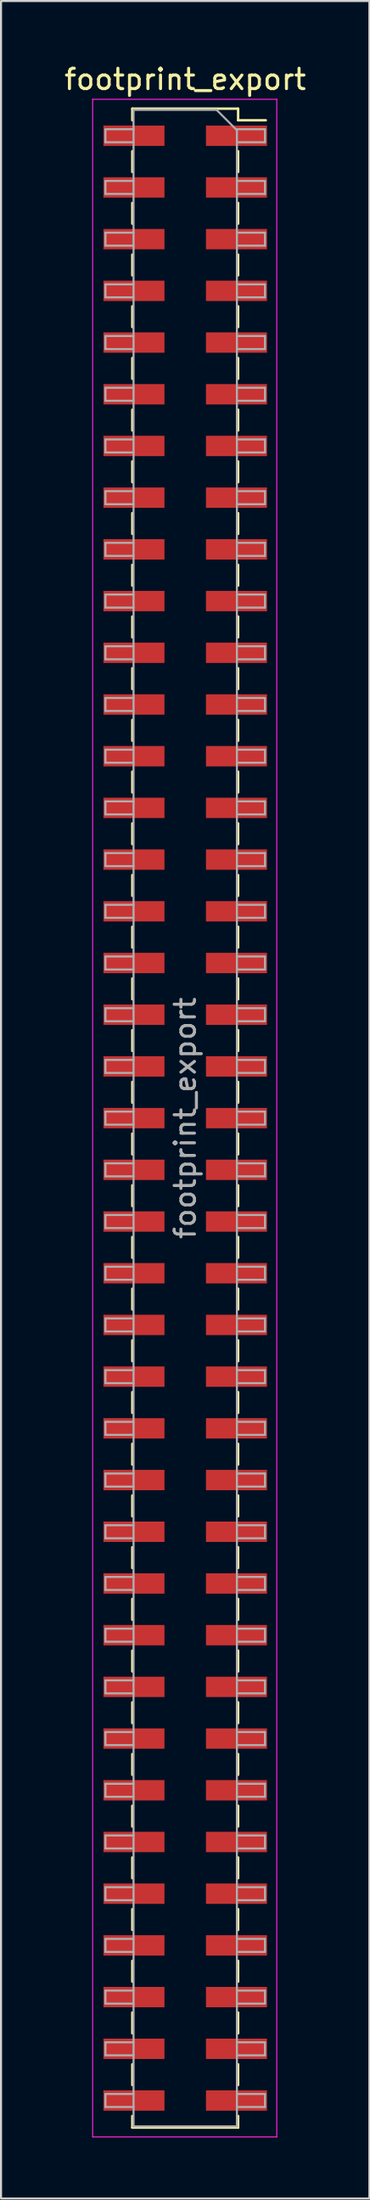
<source format=kicad_pcb>
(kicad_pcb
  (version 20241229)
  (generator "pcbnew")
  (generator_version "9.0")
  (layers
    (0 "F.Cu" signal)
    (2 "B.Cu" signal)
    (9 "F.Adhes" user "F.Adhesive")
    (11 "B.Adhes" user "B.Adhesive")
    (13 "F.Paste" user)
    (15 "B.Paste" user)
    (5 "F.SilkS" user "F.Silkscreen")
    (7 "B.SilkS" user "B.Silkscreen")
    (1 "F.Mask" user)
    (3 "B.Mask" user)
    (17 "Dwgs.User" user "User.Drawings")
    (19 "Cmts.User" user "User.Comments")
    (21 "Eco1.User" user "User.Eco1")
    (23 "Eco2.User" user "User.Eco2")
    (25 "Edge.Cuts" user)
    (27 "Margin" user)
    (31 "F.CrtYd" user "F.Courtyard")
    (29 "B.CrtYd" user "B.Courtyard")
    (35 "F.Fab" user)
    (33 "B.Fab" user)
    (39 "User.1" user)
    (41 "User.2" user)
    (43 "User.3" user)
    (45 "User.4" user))
  (footprint "footprint_export"
    (layer "F.Cu")
    (at 6.054 51.878)
    (property "Reference" "footprint_export" (at 0 -51.03 0) (layer "F.SilkS") (effects (font (size 1 1) (thickness 0.15))))
    (attr smd)
    (fp_line (start -2.6 -49.59) (end -2.6 -49.02) (stroke (width 0.12) (type solid)) (layer "F.SilkS"))
    (fp_line (start -2.6 -49.59) (end 2.6 -49.59) (stroke (width 0.12) (type solid)) (layer "F.SilkS"))
    (fp_line (start -2.6 -47.5) (end -2.6 -46.48) (stroke (width 0.12) (type solid)) (layer "F.SilkS"))
    (fp_line (start -2.6 -44.96) (end -2.6 -43.94) (stroke (width 0.12) (type solid)) (layer "F.SilkS"))
    (fp_line (start -2.6 -42.42) (end -2.6 -41.4) (stroke (width 0.12) (type solid)) (layer "F.SilkS"))
    (fp_line (start -2.6 -39.88) (end -2.6 -38.86) (stroke (width 0.12) (type solid)) (layer "F.SilkS"))
    (fp_line (start -2.6 -37.34) (end -2.6 -36.32) (stroke (width 0.12) (type solid)) (layer "F.SilkS"))
    (fp_line (start -2.6 -34.8) (end -2.6 -33.78) (stroke (width 0.12) (type solid)) (layer "F.SilkS"))
    (fp_line (start -2.6 -32.26) (end -2.6 -31.24) (stroke (width 0.12) (type solid)) (layer "F.SilkS"))
    (fp_line (start -2.6 -29.72) (end -2.6 -28.7) (stroke (width 0.12) (type solid)) (layer "F.SilkS"))
    (fp_line (start -2.6 -27.18) (end -2.6 -26.16) (stroke (width 0.12) (type solid)) (layer "F.SilkS"))
    (fp_line (start -2.6 -24.64) (end -2.6 -23.62) (stroke (width 0.12) (type solid)) (layer "F.SilkS"))
    (fp_line (start -2.6 -22.1) (end -2.6 -21.08) (stroke (width 0.12) (type solid)) (layer "F.SilkS"))
    (fp_line (start -2.6 -19.56) (end -2.6 -18.54) (stroke (width 0.12) (type solid)) (layer "F.SilkS"))
    (fp_line (start -2.6 -17.02) (end -2.6 -16) (stroke (width 0.12) (type solid)) (layer "F.SilkS"))
    (fp_line (start -2.6 -14.48) (end -2.6 -13.46) (stroke (width 0.12) (type solid)) (layer "F.SilkS"))
    (fp_line (start -2.6 -11.94) (end -2.6 -10.92) (stroke (width 0.12) (type solid)) (layer "F.SilkS"))
    (fp_line (start -2.6 -9.4) (end -2.6 -8.38) (stroke (width 0.12) (type solid)) (layer "F.SilkS"))
    (fp_line (start -2.6 -6.86) (end -2.6 -5.84) (stroke (width 0.12) (type solid)) (layer "F.SilkS"))
    (fp_line (start -2.6 -4.32) (end -2.6 -3.3) (stroke (width 0.12) (type solid)) (layer "F.SilkS"))
    (fp_line (start -2.6 -1.78) (end -2.6 -0.76) (stroke (width 0.12) (type solid)) (layer "F.SilkS"))
    (fp_line (start -2.6 0.76) (end -2.6 1.78) (stroke (width 0.12) (type solid)) (layer "F.SilkS"))
    (fp_line (start -2.6 3.3) (end -2.6 4.32) (stroke (width 0.12) (type solid)) (layer "F.SilkS"))
    (fp_line (start -2.6 5.84) (end -2.6 6.86) (stroke (width 0.12) (type solid)) (layer "F.SilkS"))
    (fp_line (start -2.6 8.38) (end -2.6 9.4) (stroke (width 0.12) (type solid)) (layer "F.SilkS"))
    (fp_line (start -2.6 10.92) (end -2.6 11.94) (stroke (width 0.12) (type solid)) (layer "F.SilkS"))
    (fp_line (start -2.6 13.46) (end -2.6 14.48) (stroke (width 0.12) (type solid)) (layer "F.SilkS"))
    (fp_line (start -2.6 16) (end -2.6 17.02) (stroke (width 0.12) (type solid)) (layer "F.SilkS"))
    (fp_line (start -2.6 18.54) (end -2.6 19.56) (stroke (width 0.12) (type solid)) (layer "F.SilkS"))
    (fp_line (start -2.6 21.08) (end -2.6 22.1) (stroke (width 0.12) (type solid)) (layer "F.SilkS"))
    (fp_line (start -2.6 23.62) (end -2.6 24.64) (stroke (width 0.12) (type solid)) (layer "F.SilkS"))
    (fp_line (start -2.6 26.16) (end -2.6 27.18) (stroke (width 0.12) (type solid)) (layer "F.SilkS"))
    (fp_line (start -2.6 28.7) (end -2.6 29.72) (stroke (width 0.12) (type solid)) (layer "F.SilkS"))
    (fp_line (start -2.6 31.24) (end -2.6 32.26) (stroke (width 0.12) (type solid)) (layer "F.SilkS"))
    (fp_line (start -2.6 33.78) (end -2.6 34.8) (stroke (width 0.12) (type solid)) (layer "F.SilkS"))
    (fp_line (start -2.6 36.32) (end -2.6 37.34) (stroke (width 0.12) (type solid)) (layer "F.SilkS"))
    (fp_line (start -2.6 38.86) (end -2.6 39.88) (stroke (width 0.12) (type solid)) (layer "F.SilkS"))
    (fp_line (start -2.6 41.4) (end -2.6 42.42) (stroke (width 0.12) (type solid)) (layer "F.SilkS"))
    (fp_line (start -2.6 43.94) (end -2.6 44.96) (stroke (width 0.12) (type solid)) (layer "F.SilkS"))
    (fp_line (start -2.6 46.48) (end -2.6 47.5) (stroke (width 0.12) (type solid)) (layer "F.SilkS"))
    (fp_line (start -2.6 49.02) (end -2.6 49.59) (stroke (width 0.12) (type solid)) (layer "F.SilkS"))
    (fp_line (start -2.6 49.59) (end 2.6 49.59) (stroke (width 0.12) (type solid)) (layer "F.SilkS"))
    (fp_line (start 2.6 -49.59) (end 2.6 -49.02) (stroke (width 0.12) (type solid)) (layer "F.SilkS"))
    (fp_line (start 2.6 -49.02) (end 3.96 -49.02) (stroke (width 0.12) (type solid)) (layer "F.SilkS"))
    (fp_line (start 2.6 -47.5) (end 2.6 -46.48) (stroke (width 0.12) (type solid)) (layer "F.SilkS"))
    (fp_line (start 2.6 -44.96) (end 2.6 -43.94) (stroke (width 0.12) (type solid)) (layer "F.SilkS"))
    (fp_line (start 2.6 -42.42) (end 2.6 -41.4) (stroke (width 0.12) (type solid)) (layer "F.SilkS"))
    (fp_line (start 2.6 -39.88) (end 2.6 -38.86) (stroke (width 0.12) (type solid)) (layer "F.SilkS"))
    (fp_line (start 2.6 -37.34) (end 2.6 -36.32) (stroke (width 0.12) (type solid)) (layer "F.SilkS"))
    (fp_line (start 2.6 -34.8) (end 2.6 -33.78) (stroke (width 0.12) (type solid)) (layer "F.SilkS"))
    (fp_line (start 2.6 -32.26) (end 2.6 -31.24) (stroke (width 0.12) (type solid)) (layer "F.SilkS"))
    (fp_line (start 2.6 -29.72) (end 2.6 -28.7) (stroke (width 0.12) (type solid)) (layer "F.SilkS"))
    (fp_line (start 2.6 -27.18) (end 2.6 -26.16) (stroke (width 0.12) (type solid)) (layer "F.SilkS"))
    (fp_line (start 2.6 -24.64) (end 2.6 -23.62) (stroke (width 0.12) (type solid)) (layer "F.SilkS"))
    (fp_line (start 2.6 -22.1) (end 2.6 -21.08) (stroke (width 0.12) (type solid)) (layer "F.SilkS"))
    (fp_line (start 2.6 -19.56) (end 2.6 -18.54) (stroke (width 0.12) (type solid)) (layer "F.SilkS"))
    (fp_line (start 2.6 -17.02) (end 2.6 -16) (stroke (width 0.12) (type solid)) (layer "F.SilkS"))
    (fp_line (start 2.6 -14.48) (end 2.6 -13.46) (stroke (width 0.12) (type solid)) (layer "F.SilkS"))
    (fp_line (start 2.6 -11.94) (end 2.6 -10.92) (stroke (width 0.12) (type solid)) (layer "F.SilkS"))
    (fp_line (start 2.6 -9.4) (end 2.6 -8.38) (stroke (width 0.12) (type solid)) (layer "F.SilkS"))
    (fp_line (start 2.6 -6.86) (end 2.6 -5.84) (stroke (width 0.12) (type solid)) (layer "F.SilkS"))
    (fp_line (start 2.6 -4.32) (end 2.6 -3.3) (stroke (width 0.12) (type solid)) (layer "F.SilkS"))
    (fp_line (start 2.6 -1.78) (end 2.6 -0.76) (stroke (width 0.12) (type solid)) (layer "F.SilkS"))
    (fp_line (start 2.6 0.76) (end 2.6 1.78) (stroke (width 0.12) (type solid)) (layer "F.SilkS"))
    (fp_line (start 2.6 3.3) (end 2.6 4.32) (stroke (width 0.12) (type solid)) (layer "F.SilkS"))
    (fp_line (start 2.6 5.84) (end 2.6 6.86) (stroke (width 0.12) (type solid)) (layer "F.SilkS"))
    (fp_line (start 2.6 8.38) (end 2.6 9.4) (stroke (width 0.12) (type solid)) (layer "F.SilkS"))
    (fp_line (start 2.6 10.92) (end 2.6 11.94) (stroke (width 0.12) (type solid)) (layer "F.SilkS"))
    (fp_line (start 2.6 13.46) (end 2.6 14.48) (stroke (width 0.12) (type solid)) (layer "F.SilkS"))
    (fp_line (start 2.6 16) (end 2.6 17.02) (stroke (width 0.12) (type solid)) (layer "F.SilkS"))
    (fp_line (start 2.6 18.54) (end 2.6 19.56) (stroke (width 0.12) (type solid)) (layer "F.SilkS"))
    (fp_line (start 2.6 21.08) (end 2.6 22.1) (stroke (width 0.12) (type solid)) (layer "F.SilkS"))
    (fp_line (start 2.6 23.62) (end 2.6 24.64) (stroke (width 0.12) (type solid)) (layer "F.SilkS"))
    (fp_line (start 2.6 26.16) (end 2.6 27.18) (stroke (width 0.12) (type solid)) (layer "F.SilkS"))
    (fp_line (start 2.6 28.7) (end 2.6 29.72) (stroke (width 0.12) (type solid)) (layer "F.SilkS"))
    (fp_line (start 2.6 31.24) (end 2.6 32.26) (stroke (width 0.12) (type solid)) (layer "F.SilkS"))
    (fp_line (start 2.6 33.78) (end 2.6 34.8) (stroke (width 0.12) (type solid)) (layer "F.SilkS"))
    (fp_line (start 2.6 36.32) (end 2.6 37.34) (stroke (width 0.12) (type solid)) (layer "F.SilkS"))
    (fp_line (start 2.6 38.86) (end 2.6 39.88) (stroke (width 0.12) (type solid)) (layer "F.SilkS"))
    (fp_line (start 2.6 41.4) (end 2.6 42.42) (stroke (width 0.12) (type solid)) (layer "F.SilkS"))
    (fp_line (start 2.6 43.94) (end 2.6 44.96) (stroke (width 0.12) (type solid)) (layer "F.SilkS"))
    (fp_line (start 2.6 46.48) (end 2.6 47.5) (stroke (width 0.12) (type solid)) (layer "F.SilkS"))
    (fp_line (start 2.6 49.02) (end 2.6 49.59) (stroke (width 0.12) (type solid)) (layer "F.SilkS"))
    (fp_line (start -4.55 -50.05) (end 4.5 -50.05) (stroke (width 0.05) (type solid)) (layer "F.CrtYd"))
    (fp_line (start -4.55 50.05) (end -4.55 -50.05) (stroke (width 0.05) (type solid)) (layer "F.CrtYd"))
    (fp_line (start 4.5 -50.05) (end 4.5 50.05) (stroke (width 0.05) (type solid)) (layer "F.CrtYd"))
    (fp_line (start 4.5 50.05) (end -4.55 50.05) (stroke (width 0.05) (type solid)) (layer "F.CrtYd"))
    (fp_line (start -3.92 -48.58) (end -2.54 -48.58) (stroke (width 0.1) (type solid)) (layer "F.Fab"))
    (fp_line (start -3.92 -47.94) (end -3.92 -48.58) (stroke (width 0.1) (type solid)) (layer "F.Fab"))
    (fp_line (start -3.92 -46.04) (end -2.54 -46.04) (stroke (width 0.1) (type solid)) (layer "F.Fab"))
    (fp_line (start -3.92 -45.4) (end -3.92 -46.04) (stroke (width 0.1) (type solid)) (layer "F.Fab"))
    (fp_line (start -3.92 -43.5) (end -2.54 -43.5) (stroke (width 0.1) (type solid)) (layer "F.Fab"))
    (fp_line (start -3.92 -42.86) (end -3.92 -43.5) (stroke (width 0.1) (type solid)) (layer "F.Fab"))
    (fp_line (start -3.92 -40.96) (end -2.54 -40.96) (stroke (width 0.1) (type solid)) (layer "F.Fab"))
    (fp_line (start -3.92 -40.32) (end -3.92 -40.96) (stroke (width 0.1) (type solid)) (layer "F.Fab"))
    (fp_line (start -3.92 -38.42) (end -2.54 -38.42) (stroke (width 0.1) (type solid)) (layer "F.Fab"))
    (fp_line (start -3.92 -37.78) (end -3.92 -38.42) (stroke (width 0.1) (type solid)) (layer "F.Fab"))
    (fp_line (start -3.92 -35.88) (end -2.54 -35.88) (stroke (width 0.1) (type solid)) (layer "F.Fab"))
    (fp_line (start -3.92 -35.24) (end -3.92 -35.88) (stroke (width 0.1) (type solid)) (layer "F.Fab"))
    (fp_line (start -3.92 -33.34) (end -2.54 -33.34) (stroke (width 0.1) (type solid)) (layer "F.Fab"))
    (fp_line (start -3.92 -32.7) (end -3.92 -33.34) (stroke (width 0.1) (type solid)) (layer "F.Fab"))
    (fp_line (start -3.92 -30.8) (end -2.54 -30.8) (stroke (width 0.1) (type solid)) (layer "F.Fab"))
    (fp_line (start -3.92 -30.16) (end -3.92 -30.8) (stroke (width 0.1) (type solid)) (layer "F.Fab"))
    (fp_line (start -3.92 -28.26) (end -2.54 -28.26) (stroke (width 0.1) (type solid)) (layer "F.Fab"))
    (fp_line (start -3.92 -27.62) (end -3.92 -28.26) (stroke (width 0.1) (type solid)) (layer "F.Fab"))
    (fp_line (start -3.92 -25.72) (end -2.54 -25.72) (stroke (width 0.1) (type solid)) (layer "F.Fab"))
    (fp_line (start -3.92 -25.08) (end -3.92 -25.72) (stroke (width 0.1) (type solid)) (layer "F.Fab"))
    (fp_line (start -3.92 -23.18) (end -2.54 -23.18) (stroke (width 0.1) (type solid)) (layer "F.Fab"))
    (fp_line (start -3.92 -22.54) (end -3.92 -23.18) (stroke (width 0.1) (type solid)) (layer "F.Fab"))
    (fp_line (start -3.92 -20.64) (end -2.54 -20.64) (stroke (width 0.1) (type solid)) (layer "F.Fab"))
    (fp_line (start -3.92 -20) (end -3.92 -20.64) (stroke (width 0.1) (type solid)) (layer "F.Fab"))
    (fp_line (start -3.92 -18.1) (end -2.54 -18.1) (stroke (width 0.1) (type solid)) (layer "F.Fab"))
    (fp_line (start -3.92 -17.46) (end -3.92 -18.1) (stroke (width 0.1) (type solid)) (layer "F.Fab"))
    (fp_line (start -3.92 -15.56) (end -2.54 -15.56) (stroke (width 0.1) (type solid)) (layer "F.Fab"))
    (fp_line (start -3.92 -14.92) (end -3.92 -15.56) (stroke (width 0.1) (type solid)) (layer "F.Fab"))
    (fp_line (start -3.92 -13.02) (end -2.54 -13.02) (stroke (width 0.1) (type solid)) (layer "F.Fab"))
    (fp_line (start -3.92 -12.38) (end -3.92 -13.02) (stroke (width 0.1) (type solid)) (layer "F.Fab"))
    (fp_line (start -3.92 -10.48) (end -2.54 -10.48) (stroke (width 0.1) (type solid)) (layer "F.Fab"))
    (fp_line (start -3.92 -9.84) (end -3.92 -10.48) (stroke (width 0.1) (type solid)) (layer "F.Fab"))
    (fp_line (start -3.92 -7.94) (end -2.54 -7.94) (stroke (width 0.1) (type solid)) (layer "F.Fab"))
    (fp_line (start -3.92 -7.3) (end -3.92 -7.94) (stroke (width 0.1) (type solid)) (layer "F.Fab"))
    (fp_line (start -3.92 -5.4) (end -2.54 -5.4) (stroke (width 0.1) (type solid)) (layer "F.Fab"))
    (fp_line (start -3.92 -4.76) (end -3.92 -5.4) (stroke (width 0.1) (type solid)) (layer "F.Fab"))
    (fp_line (start -3.92 -2.86) (end -2.54 -2.86) (stroke (width 0.1) (type solid)) (layer "F.Fab"))
    (fp_line (start -3.92 -2.22) (end -3.92 -2.86) (stroke (width 0.1) (type solid)) (layer "F.Fab"))
    (fp_line (start -3.92 -0.32) (end -2.54 -0.32) (stroke (width 0.1) (type solid)) (layer "F.Fab"))
    (fp_line (start -3.92 0.32) (end -3.92 -0.32) (stroke (width 0.1) (type solid)) (layer "F.Fab"))
    (fp_line (start -3.92 2.22) (end -2.54 2.22) (stroke (width 0.1) (type solid)) (layer "F.Fab"))
    (fp_line (start -3.92 2.86) (end -3.92 2.22) (stroke (width 0.1) (type solid)) (layer "F.Fab"))
    (fp_line (start -3.92 4.76) (end -2.54 4.76) (stroke (width 0.1) (type solid)) (layer "F.Fab"))
    (fp_line (start -3.92 5.4) (end -3.92 4.76) (stroke (width 0.1) (type solid)) (layer "F.Fab"))
    (fp_line (start -3.92 7.3) (end -2.54 7.3) (stroke (width 0.1) (type solid)) (layer "F.Fab"))
    (fp_line (start -3.92 7.94) (end -3.92 7.3) (stroke (width 0.1) (type solid)) (layer "F.Fab"))
    (fp_line (start -3.92 9.84) (end -2.54 9.84) (stroke (width 0.1) (type solid)) (layer "F.Fab"))
    (fp_line (start -3.92 10.48) (end -3.92 9.84) (stroke (width 0.1) (type solid)) (layer "F.Fab"))
    (fp_line (start -3.92 12.38) (end -2.54 12.38) (stroke (width 0.1) (type solid)) (layer "F.Fab"))
    (fp_line (start -3.92 13.02) (end -3.92 12.38) (stroke (width 0.1) (type solid)) (layer "F.Fab"))
    (fp_line (start -3.92 14.92) (end -2.54 14.92) (stroke (width 0.1) (type solid)) (layer "F.Fab"))
    (fp_line (start -3.92 15.56) (end -3.92 14.92) (stroke (width 0.1) (type solid)) (layer "F.Fab"))
    (fp_line (start -3.92 17.46) (end -2.54 17.46) (stroke (width 0.1) (type solid)) (layer "F.Fab"))
    (fp_line (start -3.92 18.1) (end -3.92 17.46) (stroke (width 0.1) (type solid)) (layer "F.Fab"))
    (fp_line (start -3.92 20) (end -2.54 20) (stroke (width 0.1) (type solid)) (layer "F.Fab"))
    (fp_line (start -3.92 20.64) (end -3.92 20) (stroke (width 0.1) (type solid)) (layer "F.Fab"))
    (fp_line (start -3.92 22.54) (end -2.54 22.54) (stroke (width 0.1) (type solid)) (layer "F.Fab"))
    (fp_line (start -3.92 23.18) (end -3.92 22.54) (stroke (width 0.1) (type solid)) (layer "F.Fab"))
    (fp_line (start -3.92 25.08) (end -2.54 25.08) (stroke (width 0.1) (type solid)) (layer "F.Fab"))
    (fp_line (start -3.92 25.72) (end -3.92 25.08) (stroke (width 0.1) (type solid)) (layer "F.Fab"))
    (fp_line (start -3.92 27.62) (end -2.54 27.62) (stroke (width 0.1) (type solid)) (layer "F.Fab"))
    (fp_line (start -3.92 28.26) (end -3.92 27.62) (stroke (width 0.1) (type solid)) (layer "F.Fab"))
    (fp_line (start -3.92 30.16) (end -2.54 30.16) (stroke (width 0.1) (type solid)) (layer "F.Fab"))
    (fp_line (start -3.92 30.8) (end -3.92 30.16) (stroke (width 0.1) (type solid)) (layer "F.Fab"))
    (fp_line (start -3.92 32.7) (end -2.54 32.7) (stroke (width 0.1) (type solid)) (layer "F.Fab"))
    (fp_line (start -3.92 33.34) (end -3.92 32.7) (stroke (width 0.1) (type solid)) (layer "F.Fab"))
    (fp_line (start -3.92 35.24) (end -2.54 35.24) (stroke (width 0.1) (type solid)) (layer "F.Fab"))
    (fp_line (start -3.92 35.88) (end -3.92 35.24) (stroke (width 0.1) (type solid)) (layer "F.Fab"))
    (fp_line (start -3.92 37.78) (end -2.54 37.78) (stroke (width 0.1) (type solid)) (layer "F.Fab"))
    (fp_line (start -3.92 38.42) (end -3.92 37.78) (stroke (width 0.1) (type solid)) (layer "F.Fab"))
    (fp_line (start -3.92 40.32) (end -2.54 40.32) (stroke (width 0.1) (type solid)) (layer "F.Fab"))
    (fp_line (start -3.92 40.96) (end -3.92 40.32) (stroke (width 0.1) (type solid)) (layer "F.Fab"))
    (fp_line (start -3.92 42.86) (end -2.54 42.86) (stroke (width 0.1) (type solid)) (layer "F.Fab"))
    (fp_line (start -3.92 43.5) (end -3.92 42.86) (stroke (width 0.1) (type solid)) (layer "F.Fab"))
    (fp_line (start -3.92 45.4) (end -2.54 45.4) (stroke (width 0.1) (type solid)) (layer "F.Fab"))
    (fp_line (start -3.92 46.04) (end -3.92 45.4) (stroke (width 0.1) (type solid)) (layer "F.Fab"))
    (fp_line (start -3.92 47.94) (end -2.54 47.94) (stroke (width 0.1) (type solid)) (layer "F.Fab"))
    (fp_line (start -3.92 48.58) (end -3.92 47.94) (stroke (width 0.1) (type solid)) (layer "F.Fab"))
    (fp_line (start -2.54 -49.53) (end 1.54 -49.53) (stroke (width 0.1) (type solid)) (layer "F.Fab"))
    (fp_line (start -2.54 -47.94) (end -3.92 -47.94) (stroke (width 0.1) (type solid)) (layer "F.Fab"))
    (fp_line (start -2.54 -45.4) (end -3.92 -45.4) (stroke (width 0.1) (type solid)) (layer "F.Fab"))
    (fp_line (start -2.54 -42.86) (end -3.92 -42.86) (stroke (width 0.1) (type solid)) (layer "F.Fab"))
    (fp_line (start -2.54 -40.32) (end -3.92 -40.32) (stroke (width 0.1) (type solid)) (layer "F.Fab"))
    (fp_line (start -2.54 -37.78) (end -3.92 -37.78) (stroke (width 0.1) (type solid)) (layer "F.Fab"))
    (fp_line (start -2.54 -35.24) (end -3.92 -35.24) (stroke (width 0.1) (type solid)) (layer "F.Fab"))
    (fp_line (start -2.54 -32.7) (end -3.92 -32.7) (stroke (width 0.1) (type solid)) (layer "F.Fab"))
    (fp_line (start -2.54 -30.16) (end -3.92 -30.16) (stroke (width 0.1) (type solid)) (layer "F.Fab"))
    (fp_line (start -2.54 -27.62) (end -3.92 -27.62) (stroke (width 0.1) (type solid)) (layer "F.Fab"))
    (fp_line (start -2.54 -25.08) (end -3.92 -25.08) (stroke (width 0.1) (type solid)) (layer "F.Fab"))
    (fp_line (start -2.54 -22.54) (end -3.92 -22.54) (stroke (width 0.1) (type solid)) (layer "F.Fab"))
    (fp_line (start -2.54 -20) (end -3.92 -20) (stroke (width 0.1) (type solid)) (layer "F.Fab"))
    (fp_line (start -2.54 -17.46) (end -3.92 -17.46) (stroke (width 0.1) (type solid)) (layer "F.Fab"))
    (fp_line (start -2.54 -14.92) (end -3.92 -14.92) (stroke (width 0.1) (type solid)) (layer "F.Fab"))
    (fp_line (start -2.54 -12.38) (end -3.92 -12.38) (stroke (width 0.1) (type solid)) (layer "F.Fab"))
    (fp_line (start -2.54 -9.84) (end -3.92 -9.84) (stroke (width 0.1) (type solid)) (layer "F.Fab"))
    (fp_line (start -2.54 -7.3) (end -3.92 -7.3) (stroke (width 0.1) (type solid)) (layer "F.Fab"))
    (fp_line (start -2.54 -4.76) (end -3.92 -4.76) (stroke (width 0.1) (type solid)) (layer "F.Fab"))
    (fp_line (start -2.54 -2.22) (end -3.92 -2.22) (stroke (width 0.1) (type solid)) (layer "F.Fab"))
    (fp_line (start -2.54 0.32) (end -3.92 0.32) (stroke (width 0.1) (type solid)) (layer "F.Fab"))
    (fp_line (start -2.54 2.86) (end -3.92 2.86) (stroke (width 0.1) (type solid)) (layer "F.Fab"))
    (fp_line (start -2.54 5.4) (end -3.92 5.4) (stroke (width 0.1) (type solid)) (layer "F.Fab"))
    (fp_line (start -2.54 7.94) (end -3.92 7.94) (stroke (width 0.1) (type solid)) (layer "F.Fab"))
    (fp_line (start -2.54 10.48) (end -3.92 10.48) (stroke (width 0.1) (type solid)) (layer "F.Fab"))
    (fp_line (start -2.54 13.02) (end -3.92 13.02) (stroke (width 0.1) (type solid)) (layer "F.Fab"))
    (fp_line (start -2.54 15.56) (end -3.92 15.56) (stroke (width 0.1) (type solid)) (layer "F.Fab"))
    (fp_line (start -2.54 18.1) (end -3.92 18.1) (stroke (width 0.1) (type solid)) (layer "F.Fab"))
    (fp_line (start -2.54 20.64) (end -3.92 20.64) (stroke (width 0.1) (type solid)) (layer "F.Fab"))
    (fp_line (start -2.54 23.18) (end -3.92 23.18) (stroke (width 0.1) (type solid)) (layer "F.Fab"))
    (fp_line (start -2.54 25.72) (end -3.92 25.72) (stroke (width 0.1) (type solid)) (layer "F.Fab"))
    (fp_line (start -2.54 28.26) (end -3.92 28.26) (stroke (width 0.1) (type solid)) (layer "F.Fab"))
    (fp_line (start -2.54 30.8) (end -3.92 30.8) (stroke (width 0.1) (type solid)) (layer "F.Fab"))
    (fp_line (start -2.54 33.34) (end -3.92 33.34) (stroke (width 0.1) (type solid)) (layer "F.Fab"))
    (fp_line (start -2.54 35.88) (end -3.92 35.88) (stroke (width 0.1) (type solid)) (layer "F.Fab"))
    (fp_line (start -2.54 38.42) (end -3.92 38.42) (stroke (width 0.1) (type solid)) (layer "F.Fab"))
    (fp_line (start -2.54 40.96) (end -3.92 40.96) (stroke (width 0.1) (type solid)) (layer "F.Fab"))
    (fp_line (start -2.54 43.5) (end -3.92 43.5) (stroke (width 0.1) (type solid)) (layer "F.Fab"))
    (fp_line (start -2.54 46.04) (end -3.92 46.04) (stroke (width 0.1) (type solid)) (layer "F.Fab"))
    (fp_line (start -2.54 48.58) (end -3.92 48.58) (stroke (width 0.1) (type solid)) (layer "F.Fab"))
    (fp_line (start -2.54 49.53) (end -2.54 -49.53) (stroke (width 0.1) (type solid)) (layer "F.Fab"))
    (fp_line (start 1.54 -49.53) (end 2.54 -48.53) (stroke (width 0.1) (type solid)) (layer "F.Fab"))
    (fp_line (start 2.54 -48.58) (end 3.92 -48.58) (stroke (width 0.1) (type solid)) (layer "F.Fab"))
    (fp_line (start 2.54 -48.53) (end 2.54 49.53) (stroke (width 0.1) (type solid)) (layer "F.Fab"))
    (fp_line (start 2.54 -46.04) (end 3.92 -46.04) (stroke (width 0.1) (type solid)) (layer "F.Fab"))
    (fp_line (start 2.54 -43.5) (end 3.92 -43.5) (stroke (width 0.1) (type solid)) (layer "F.Fab"))
    (fp_line (start 2.54 -40.96) (end 3.92 -40.96) (stroke (width 0.1) (type solid)) (layer "F.Fab"))
    (fp_line (start 2.54 -38.42) (end 3.92 -38.42) (stroke (width 0.1) (type solid)) (layer "F.Fab"))
    (fp_line (start 2.54 -35.88) (end 3.92 -35.88) (stroke (width 0.1) (type solid)) (layer "F.Fab"))
    (fp_line (start 2.54 -33.34) (end 3.92 -33.34) (stroke (width 0.1) (type solid)) (layer "F.Fab"))
    (fp_line (start 2.54 -30.8) (end 3.92 -30.8) (stroke (width 0.1) (type solid)) (layer "F.Fab"))
    (fp_line (start 2.54 -28.26) (end 3.92 -28.26) (stroke (width 0.1) (type solid)) (layer "F.Fab"))
    (fp_line (start 2.54 -25.72) (end 3.92 -25.72) (stroke (width 0.1) (type solid)) (layer "F.Fab"))
    (fp_line (start 2.54 -23.18) (end 3.92 -23.18) (stroke (width 0.1) (type solid)) (layer "F.Fab"))
    (fp_line (start 2.54 -20.64) (end 3.92 -20.64) (stroke (width 0.1) (type solid)) (layer "F.Fab"))
    (fp_line (start 2.54 -18.1) (end 3.92 -18.1) (stroke (width 0.1) (type solid)) (layer "F.Fab"))
    (fp_line (start 2.54 -15.56) (end 3.92 -15.56) (stroke (width 0.1) (type solid)) (layer "F.Fab"))
    (fp_line (start 2.54 -13.02) (end 3.92 -13.02) (stroke (width 0.1) (type solid)) (layer "F.Fab"))
    (fp_line (start 2.54 -10.48) (end 3.92 -10.48) (stroke (width 0.1) (type solid)) (layer "F.Fab"))
    (fp_line (start 2.54 -7.94) (end 3.92 -7.94) (stroke (width 0.1) (type solid)) (layer "F.Fab"))
    (fp_line (start 2.54 -5.4) (end 3.92 -5.4) (stroke (width 0.1) (type solid)) (layer "F.Fab"))
    (fp_line (start 2.54 -2.86) (end 3.92 -2.86) (stroke (width 0.1) (type solid)) (layer "F.Fab"))
    (fp_line (start 2.54 -0.32) (end 3.92 -0.32) (stroke (width 0.1) (type solid)) (layer "F.Fab"))
    (fp_line (start 2.54 2.22) (end 3.92 2.22) (stroke (width 0.1) (type solid)) (layer "F.Fab"))
    (fp_line (start 2.54 4.76) (end 3.92 4.76) (stroke (width 0.1) (type solid)) (layer "F.Fab"))
    (fp_line (start 2.54 7.3) (end 3.92 7.3) (stroke (width 0.1) (type solid)) (layer "F.Fab"))
    (fp_line (start 2.54 9.84) (end 3.92 9.84) (stroke (width 0.1) (type solid)) (layer "F.Fab"))
    (fp_line (start 2.54 12.38) (end 3.92 12.38) (stroke (width 0.1) (type solid)) (layer "F.Fab"))
    (fp_line (start 2.54 14.92) (end 3.92 14.92) (stroke (width 0.1) (type solid)) (layer "F.Fab"))
    (fp_line (start 2.54 17.46) (end 3.92 17.46) (stroke (width 0.1) (type solid)) (layer "F.Fab"))
    (fp_line (start 2.54 20) (end 3.92 20) (stroke (width 0.1) (type solid)) (layer "F.Fab"))
    (fp_line (start 2.54 22.54) (end 3.92 22.54) (stroke (width 0.1) (type solid)) (layer "F.Fab"))
    (fp_line (start 2.54 25.08) (end 3.92 25.08) (stroke (width 0.1) (type solid)) (layer "F.Fab"))
    (fp_line (start 2.54 27.62) (end 3.92 27.62) (stroke (width 0.1) (type solid)) (layer "F.Fab"))
    (fp_line (start 2.54 30.16) (end 3.92 30.16) (stroke (width 0.1) (type solid)) (layer "F.Fab"))
    (fp_line (start 2.54 32.7) (end 3.92 32.7) (stroke (width 0.1) (type solid)) (layer "F.Fab"))
    (fp_line (start 2.54 35.24) (end 3.92 35.24) (stroke (width 0.1) (type solid)) (layer "F.Fab"))
    (fp_line (start 2.54 37.78) (end 3.92 37.78) (stroke (width 0.1) (type solid)) (layer "F.Fab"))
    (fp_line (start 2.54 40.32) (end 3.92 40.32) (stroke (width 0.1) (type solid)) (layer "F.Fab"))
    (fp_line (start 2.54 42.86) (end 3.92 42.86) (stroke (width 0.1) (type solid)) (layer "F.Fab"))
    (fp_line (start 2.54 45.4) (end 3.92 45.4) (stroke (width 0.1) (type solid)) (layer "F.Fab"))
    (fp_line (start 2.54 47.94) (end 3.92 47.94) (stroke (width 0.1) (type solid)) (layer "F.Fab"))
    (fp_line (start 2.54 49.53) (end -2.54 49.53) (stroke (width 0.1) (type solid)) (layer "F.Fab"))
    (fp_line (start 3.92 -48.58) (end 3.92 -47.94) (stroke (width 0.1) (type solid)) (layer "F.Fab"))
    (fp_line (start 3.92 -47.94) (end 2.54 -47.94) (stroke (width 0.1) (type solid)) (layer "F.Fab"))
    (fp_line (start 3.92 -46.04) (end 3.92 -45.4) (stroke (width 0.1) (type solid)) (layer "F.Fab"))
    (fp_line (start 3.92 -45.4) (end 2.54 -45.4) (stroke (width 0.1) (type solid)) (layer "F.Fab"))
    (fp_line (start 3.92 -43.5) (end 3.92 -42.86) (stroke (width 0.1) (type solid)) (layer "F.Fab"))
    (fp_line (start 3.92 -42.86) (end 2.54 -42.86) (stroke (width 0.1) (type solid)) (layer "F.Fab"))
    (fp_line (start 3.92 -40.96) (end 3.92 -40.32) (stroke (width 0.1) (type solid)) (layer "F.Fab"))
    (fp_line (start 3.92 -40.32) (end 2.54 -40.32) (stroke (width 0.1) (type solid)) (layer "F.Fab"))
    (fp_line (start 3.92 -38.42) (end 3.92 -37.78) (stroke (width 0.1) (type solid)) (layer "F.Fab"))
    (fp_line (start 3.92 -37.78) (end 2.54 -37.78) (stroke (width 0.1) (type solid)) (layer "F.Fab"))
    (fp_line (start 3.92 -35.88) (end 3.92 -35.24) (stroke (width 0.1) (type solid)) (layer "F.Fab"))
    (fp_line (start 3.92 -35.24) (end 2.54 -35.24) (stroke (width 0.1) (type solid)) (layer "F.Fab"))
    (fp_line (start 3.92 -33.34) (end 3.92 -32.7) (stroke (width 0.1) (type solid)) (layer "F.Fab"))
    (fp_line (start 3.92 -32.7) (end 2.54 -32.7) (stroke (width 0.1) (type solid)) (layer "F.Fab"))
    (fp_line (start 3.92 -30.8) (end 3.92 -30.16) (stroke (width 0.1) (type solid)) (layer "F.Fab"))
    (fp_line (start 3.92 -30.16) (end 2.54 -30.16) (stroke (width 0.1) (type solid)) (layer "F.Fab"))
    (fp_line (start 3.92 -28.26) (end 3.92 -27.62) (stroke (width 0.1) (type solid)) (layer "F.Fab"))
    (fp_line (start 3.92 -27.62) (end 2.54 -27.62) (stroke (width 0.1) (type solid)) (layer "F.Fab"))
    (fp_line (start 3.92 -25.72) (end 3.92 -25.08) (stroke (width 0.1) (type solid)) (layer "F.Fab"))
    (fp_line (start 3.92 -25.08) (end 2.54 -25.08) (stroke (width 0.1) (type solid)) (layer "F.Fab"))
    (fp_line (start 3.92 -23.18) (end 3.92 -22.54) (stroke (width 0.1) (type solid)) (layer "F.Fab"))
    (fp_line (start 3.92 -22.54) (end 2.54 -22.54) (stroke (width 0.1) (type solid)) (layer "F.Fab"))
    (fp_line (start 3.92 -20.64) (end 3.92 -20) (stroke (width 0.1) (type solid)) (layer "F.Fab"))
    (fp_line (start 3.92 -20) (end 2.54 -20) (stroke (width 0.1) (type solid)) (layer "F.Fab"))
    (fp_line (start 3.92 -18.1) (end 3.92 -17.46) (stroke (width 0.1) (type solid)) (layer "F.Fab"))
    (fp_line (start 3.92 -17.46) (end 2.54 -17.46) (stroke (width 0.1) (type solid)) (layer "F.Fab"))
    (fp_line (start 3.92 -15.56) (end 3.92 -14.92) (stroke (width 0.1) (type solid)) (layer "F.Fab"))
    (fp_line (start 3.92 -14.92) (end 2.54 -14.92) (stroke (width 0.1) (type solid)) (layer "F.Fab"))
    (fp_line (start 3.92 -13.02) (end 3.92 -12.38) (stroke (width 0.1) (type solid)) (layer "F.Fab"))
    (fp_line (start 3.92 -12.38) (end 2.54 -12.38) (stroke (width 0.1) (type solid)) (layer "F.Fab"))
    (fp_line (start 3.92 -10.48) (end 3.92 -9.84) (stroke (width 0.1) (type solid)) (layer "F.Fab"))
    (fp_line (start 3.92 -9.84) (end 2.54 -9.84) (stroke (width 0.1) (type solid)) (layer "F.Fab"))
    (fp_line (start 3.92 -7.94) (end 3.92 -7.3) (stroke (width 0.1) (type solid)) (layer "F.Fab"))
    (fp_line (start 3.92 -7.3) (end 2.54 -7.3) (stroke (width 0.1) (type solid)) (layer "F.Fab"))
    (fp_line (start 3.92 -5.4) (end 3.92 -4.76) (stroke (width 0.1) (type solid)) (layer "F.Fab"))
    (fp_line (start 3.92 -4.76) (end 2.54 -4.76) (stroke (width 0.1) (type solid)) (layer "F.Fab"))
    (fp_line (start 3.92 -2.86) (end 3.92 -2.22) (stroke (width 0.1) (type solid)) (layer "F.Fab"))
    (fp_line (start 3.92 -2.22) (end 2.54 -2.22) (stroke (width 0.1) (type solid)) (layer "F.Fab"))
    (fp_line (start 3.92 -0.32) (end 3.92 0.32) (stroke (width 0.1) (type solid)) (layer "F.Fab"))
    (fp_line (start 3.92 0.32) (end 2.54 0.32) (stroke (width 0.1) (type solid)) (layer "F.Fab"))
    (fp_line (start 3.92 2.22) (end 3.92 2.86) (stroke (width 0.1) (type solid)) (layer "F.Fab"))
    (fp_line (start 3.92 2.86) (end 2.54 2.86) (stroke (width 0.1) (type solid)) (layer "F.Fab"))
    (fp_line (start 3.92 4.76) (end 3.92 5.4) (stroke (width 0.1) (type solid)) (layer "F.Fab"))
    (fp_line (start 3.92 5.4) (end 2.54 5.4) (stroke (width 0.1) (type solid)) (layer "F.Fab"))
    (fp_line (start 3.92 7.3) (end 3.92 7.94) (stroke (width 0.1) (type solid)) (layer "F.Fab"))
    (fp_line (start 3.92 7.94) (end 2.54 7.94) (stroke (width 0.1) (type solid)) (layer "F.Fab"))
    (fp_line (start 3.92 9.84) (end 3.92 10.48) (stroke (width 0.1) (type solid)) (layer "F.Fab"))
    (fp_line (start 3.92 10.48) (end 2.54 10.48) (stroke (width 0.1) (type solid)) (layer "F.Fab"))
    (fp_line (start 3.92 12.38) (end 3.92 13.02) (stroke (width 0.1) (type solid)) (layer "F.Fab"))
    (fp_line (start 3.92 13.02) (end 2.54 13.02) (stroke (width 0.1) (type solid)) (layer "F.Fab"))
    (fp_line (start 3.92 14.92) (end 3.92 15.56) (stroke (width 0.1) (type solid)) (layer "F.Fab"))
    (fp_line (start 3.92 15.56) (end 2.54 15.56) (stroke (width 0.1) (type solid)) (layer "F.Fab"))
    (fp_line (start 3.92 17.46) (end 3.92 18.1) (stroke (width 0.1) (type solid)) (layer "F.Fab"))
    (fp_line (start 3.92 18.1) (end 2.54 18.1) (stroke (width 0.1) (type solid)) (layer "F.Fab"))
    (fp_line (start 3.92 20) (end 3.92 20.64) (stroke (width 0.1) (type solid)) (layer "F.Fab"))
    (fp_line (start 3.92 20.64) (end 2.54 20.64) (stroke (width 0.1) (type solid)) (layer "F.Fab"))
    (fp_line (start 3.92 22.54) (end 3.92 23.18) (stroke (width 0.1) (type solid)) (layer "F.Fab"))
    (fp_line (start 3.92 23.18) (end 2.54 23.18) (stroke (width 0.1) (type solid)) (layer "F.Fab"))
    (fp_line (start 3.92 25.08) (end 3.92 25.72) (stroke (width 0.1) (type solid)) (layer "F.Fab"))
    (fp_line (start 3.92 25.72) (end 2.54 25.72) (stroke (width 0.1) (type solid)) (layer "F.Fab"))
    (fp_line (start 3.92 27.62) (end 3.92 28.26) (stroke (width 0.1) (type solid)) (layer "F.Fab"))
    (fp_line (start 3.92 28.26) (end 2.54 28.26) (stroke (width 0.1) (type solid)) (layer "F.Fab"))
    (fp_line (start 3.92 30.16) (end 3.92 30.8) (stroke (width 0.1) (type solid)) (layer "F.Fab"))
    (fp_line (start 3.92 30.8) (end 2.54 30.8) (stroke (width 0.1) (type solid)) (layer "F.Fab"))
    (fp_line (start 3.92 32.7) (end 3.92 33.34) (stroke (width 0.1) (type solid)) (layer "F.Fab"))
    (fp_line (start 3.92 33.34) (end 2.54 33.34) (stroke (width 0.1) (type solid)) (layer "F.Fab"))
    (fp_line (start 3.92 35.24) (end 3.92 35.88) (stroke (width 0.1) (type solid)) (layer "F.Fab"))
    (fp_line (start 3.92 35.88) (end 2.54 35.88) (stroke (width 0.1) (type solid)) (layer "F.Fab"))
    (fp_line (start 3.92 37.78) (end 3.92 38.42) (stroke (width 0.1) (type solid)) (layer "F.Fab"))
    (fp_line (start 3.92 38.42) (end 2.54 38.42) (stroke (width 0.1) (type solid)) (layer "F.Fab"))
    (fp_line (start 3.92 40.32) (end 3.92 40.96) (stroke (width 0.1) (type solid)) (layer "F.Fab"))
    (fp_line (start 3.92 40.96) (end 2.54 40.96) (stroke (width 0.1) (type solid)) (layer "F.Fab"))
    (fp_line (start 3.92 42.86) (end 3.92 43.5) (stroke (width 0.1) (type solid)) (layer "F.Fab"))
    (fp_line (start 3.92 43.5) (end 2.54 43.5) (stroke (width 0.1) (type solid)) (layer "F.Fab"))
    (fp_line (start 3.92 45.4) (end 3.92 46.04) (stroke (width 0.1) (type solid)) (layer "F.Fab"))
    (fp_line (start 3.92 46.04) (end 2.54 46.04) (stroke (width 0.1) (type solid)) (layer "F.Fab"))
    (fp_line (start 3.92 47.94) (end 3.92 48.58) (stroke (width 0.1) (type solid)) (layer "F.Fab"))
    (fp_line (start 3.92 48.58) (end 2.54 48.58) (stroke (width 0.1) (type solid)) (layer "F.Fab"))
    (fp_text user "${REFERENCE}" (at 0 0 90) (layer "F.Fab") (effects (font (size 1 1) (thickness 0.15))))
    (pad "1" smd rect (at 2.52 -48.26) (size 3 1) (layers "F.Cu" "F.Mask" "F.Paste"))
    (pad "2" smd rect (at -2.52 -48.26) (size 3 1) (layers "F.Cu" "F.Mask" "F.Paste"))
    (pad "3" smd rect (at 2.52 -45.72) (size 3 1) (layers "F.Cu" "F.Mask" "F.Paste"))
    (pad "4" smd rect (at -2.52 -45.72) (size 3 1) (layers "F.Cu" "F.Mask" "F.Paste"))
    (pad "5" smd rect (at 2.52 -43.18) (size 3 1) (layers "F.Cu" "F.Mask" "F.Paste"))
    (pad "6" smd rect (at -2.52 -43.18) (size 3 1) (layers "F.Cu" "F.Mask" "F.Paste"))
    (pad "7" smd rect (at 2.52 -40.64) (size 3 1) (layers "F.Cu" "F.Mask" "F.Paste"))
    (pad "8" smd rect (at -2.52 -40.64) (size 3 1) (layers "F.Cu" "F.Mask" "F.Paste"))
    (pad "9" smd rect (at 2.52 -38.1) (size 3 1) (layers "F.Cu" "F.Mask" "F.Paste"))
    (pad "10" smd rect (at -2.52 -38.1) (size 3 1) (layers "F.Cu" "F.Mask" "F.Paste"))
    (pad "11" smd rect (at 2.52 -35.56) (size 3 1) (layers "F.Cu" "F.Mask" "F.Paste"))
    (pad "12" smd rect (at -2.52 -35.56) (size 3 1) (layers "F.Cu" "F.Mask" "F.Paste"))
    (pad "13" smd rect (at 2.52 -33.02) (size 3 1) (layers "F.Cu" "F.Mask" "F.Paste"))
    (pad "14" smd rect (at -2.52 -33.02) (size 3 1) (layers "F.Cu" "F.Mask" "F.Paste"))
    (pad "15" smd rect (at 2.52 -30.48) (size 3 1) (layers "F.Cu" "F.Mask" "F.Paste"))
    (pad "16" smd rect (at -2.52 -30.48) (size 3 1) (layers "F.Cu" "F.Mask" "F.Paste"))
    (pad "17" smd rect (at 2.52 -27.94) (size 3 1) (layers "F.Cu" "F.Mask" "F.Paste"))
    (pad "18" smd rect (at -2.52 -27.94) (size 3 1) (layers "F.Cu" "F.Mask" "F.Paste"))
    (pad "19" smd rect (at 2.52 -25.4) (size 3 1) (layers "F.Cu" "F.Mask" "F.Paste"))
    (pad "20" smd rect (at -2.52 -25.4) (size 3 1) (layers "F.Cu" "F.Mask" "F.Paste"))
    (pad "21" smd rect (at 2.52 -22.86) (size 3 1) (layers "F.Cu" "F.Mask" "F.Paste"))
    (pad "22" smd rect (at -2.52 -22.86) (size 3 1) (layers "F.Cu" "F.Mask" "F.Paste"))
    (pad "23" smd rect (at 2.52 -20.32) (size 3 1) (layers "F.Cu" "F.Mask" "F.Paste"))
    (pad "24" smd rect (at -2.52 -20.32) (size 3 1) (layers "F.Cu" "F.Mask" "F.Paste"))
    (pad "25" smd rect (at 2.52 -17.78) (size 3 1) (layers "F.Cu" "F.Mask" "F.Paste"))
    (pad "26" smd rect (at -2.52 -17.78) (size 3 1) (layers "F.Cu" "F.Mask" "F.Paste"))
    (pad "27" smd rect (at 2.52 -15.24) (size 3 1) (layers "F.Cu" "F.Mask" "F.Paste"))
    (pad "28" smd rect (at -2.52 -15.24) (size 3 1) (layers "F.Cu" "F.Mask" "F.Paste"))
    (pad "29" smd rect (at 2.52 -12.7) (size 3 1) (layers "F.Cu" "F.Mask" "F.Paste"))
    (pad "30" smd rect (at -2.52 -12.7) (size 3 1) (layers "F.Cu" "F.Mask" "F.Paste"))
    (pad "31" smd rect (at 2.52 -10.16) (size 3 1) (layers "F.Cu" "F.Mask" "F.Paste"))
    (pad "32" smd rect (at -2.52 -10.16) (size 3 1) (layers "F.Cu" "F.Mask" "F.Paste"))
    (pad "33" smd rect (at 2.52 -7.62) (size 3 1) (layers "F.Cu" "F.Mask" "F.Paste"))
    (pad "34" smd rect (at -2.52 -7.62) (size 3 1) (layers "F.Cu" "F.Mask" "F.Paste"))
    (pad "35" smd rect (at 2.52 -5.08) (size 3 1) (layers "F.Cu" "F.Mask" "F.Paste"))
    (pad "36" smd rect (at -2.52 -5.08) (size 3 1) (layers "F.Cu" "F.Mask" "F.Paste"))
    (pad "37" smd rect (at 2.52 -2.54) (size 3 1) (layers "F.Cu" "F.Mask" "F.Paste"))
    (pad "38" smd rect (at -2.52 -2.54) (size 3 1) (layers "F.Cu" "F.Mask" "F.Paste"))
    (pad "39" smd rect (at 2.52 0) (size 3 1) (layers "F.Cu" "F.Mask" "F.Paste"))
    (pad "40" smd rect (at -2.52 0) (size 3 1) (layers "F.Cu" "F.Mask" "F.Paste"))
    (pad "41" smd rect (at 2.52 2.54) (size 3 1) (layers "F.Cu" "F.Mask" "F.Paste"))
    (pad "42" smd rect (at -2.52 2.54) (size 3 1) (layers "F.Cu" "F.Mask" "F.Paste"))
    (pad "43" smd rect (at 2.52 5.08) (size 3 1) (layers "F.Cu" "F.Mask" "F.Paste"))
    (pad "44" smd rect (at -2.52 5.08) (size 3 1) (layers "F.Cu" "F.Mask" "F.Paste"))
    (pad "45" smd rect (at 2.52 7.62) (size 3 1) (layers "F.Cu" "F.Mask" "F.Paste"))
    (pad "46" smd rect (at -2.52 7.62) (size 3 1) (layers "F.Cu" "F.Mask" "F.Paste"))
    (pad "47" smd rect (at 2.52 10.16) (size 3 1) (layers "F.Cu" "F.Mask" "F.Paste"))
    (pad "48" smd rect (at -2.52 10.16) (size 3 1) (layers "F.Cu" "F.Mask" "F.Paste"))
    (pad "49" smd rect (at 2.52 12.7) (size 3 1) (layers "F.Cu" "F.Mask" "F.Paste"))
    (pad "50" smd rect (at -2.52 12.7) (size 3 1) (layers "F.Cu" "F.Mask" "F.Paste"))
    (pad "51" smd rect (at 2.52 15.24) (size 3 1) (layers "F.Cu" "F.Mask" "F.Paste"))
    (pad "52" smd rect (at -2.52 15.24) (size 3 1) (layers "F.Cu" "F.Mask" "F.Paste"))
    (pad "53" smd rect (at 2.52 17.78) (size 3 1) (layers "F.Cu" "F.Mask" "F.Paste"))
    (pad "54" smd rect (at -2.52 17.78) (size 3 1) (layers "F.Cu" "F.Mask" "F.Paste"))
    (pad "55" smd rect (at 2.52 20.32) (size 3 1) (layers "F.Cu" "F.Mask" "F.Paste"))
    (pad "56" smd rect (at -2.52 20.32) (size 3 1) (layers "F.Cu" "F.Mask" "F.Paste"))
    (pad "57" smd rect (at 2.52 22.86) (size 3 1) (layers "F.Cu" "F.Mask" "F.Paste"))
    (pad "58" smd rect (at -2.52 22.86) (size 3 1) (layers "F.Cu" "F.Mask" "F.Paste"))
    (pad "59" smd rect (at 2.52 25.4) (size 3 1) (layers "F.Cu" "F.Mask" "F.Paste"))
    (pad "60" smd rect (at -2.52 25.4) (size 3 1) (layers "F.Cu" "F.Mask" "F.Paste"))
    (pad "61" smd rect (at 2.52 27.94) (size 3 1) (layers "F.Cu" "F.Mask" "F.Paste"))
    (pad "62" smd rect (at -2.52 27.94) (size 3 1) (layers "F.Cu" "F.Mask" "F.Paste"))
    (pad "63" smd rect (at 2.52 30.48) (size 3 1) (layers "F.Cu" "F.Mask" "F.Paste"))
    (pad "64" smd rect (at -2.52 30.48) (size 3 1) (layers "F.Cu" "F.Mask" "F.Paste"))
    (pad "65" smd rect (at 2.52 33.02) (size 3 1) (layers "F.Cu" "F.Mask" "F.Paste"))
    (pad "66" smd rect (at -2.52 33.02) (size 3 1) (layers "F.Cu" "F.Mask" "F.Paste"))
    (pad "67" smd rect (at 2.52 35.56) (size 3 1) (layers "F.Cu" "F.Mask" "F.Paste"))
    (pad "68" smd rect (at -2.52 35.56) (size 3 1) (layers "F.Cu" "F.Mask" "F.Paste"))
    (pad "69" smd rect (at 2.52 38.1) (size 3 1) (layers "F.Cu" "F.Mask" "F.Paste"))
    (pad "70" smd rect (at -2.52 38.1) (size 3 1) (layers "F.Cu" "F.Mask" "F.Paste"))
    (pad "71" smd rect (at 2.52 40.64) (size 3 1) (layers "F.Cu" "F.Mask" "F.Paste"))
    (pad "72" smd rect (at -2.52 40.64) (size 3 1) (layers "F.Cu" "F.Mask" "F.Paste"))
    (pad "73" smd rect (at 2.52 43.18) (size 3 1) (layers "F.Cu" "F.Mask" "F.Paste"))
    (pad "74" smd rect (at -2.52 43.18) (size 3 1) (layers "F.Cu" "F.Mask" "F.Paste"))
    (pad "75" smd rect (at 2.52 45.72) (size 3 1) (layers "F.Cu" "F.Mask" "F.Paste"))
    (pad "76" smd rect (at -2.52 45.72) (size 3 1) (layers "F.Cu" "F.Mask" "F.Paste"))
    (pad "77" smd rect (at 2.52 48.26) (size 3 1) (layers "F.Cu" "F.Mask" "F.Paste"))
    (pad "78" smd rect (at -2.52 48.26) (size 3 1) (layers "F.Cu" "F.Mask" "F.Paste")))
  (gr_rect
    (start -3 -3)
    (end 15.107 104.953)
    (stroke (width 0.1) (type default))
    (fill no)
    (layer "Edge.Cuts")))
</source>
